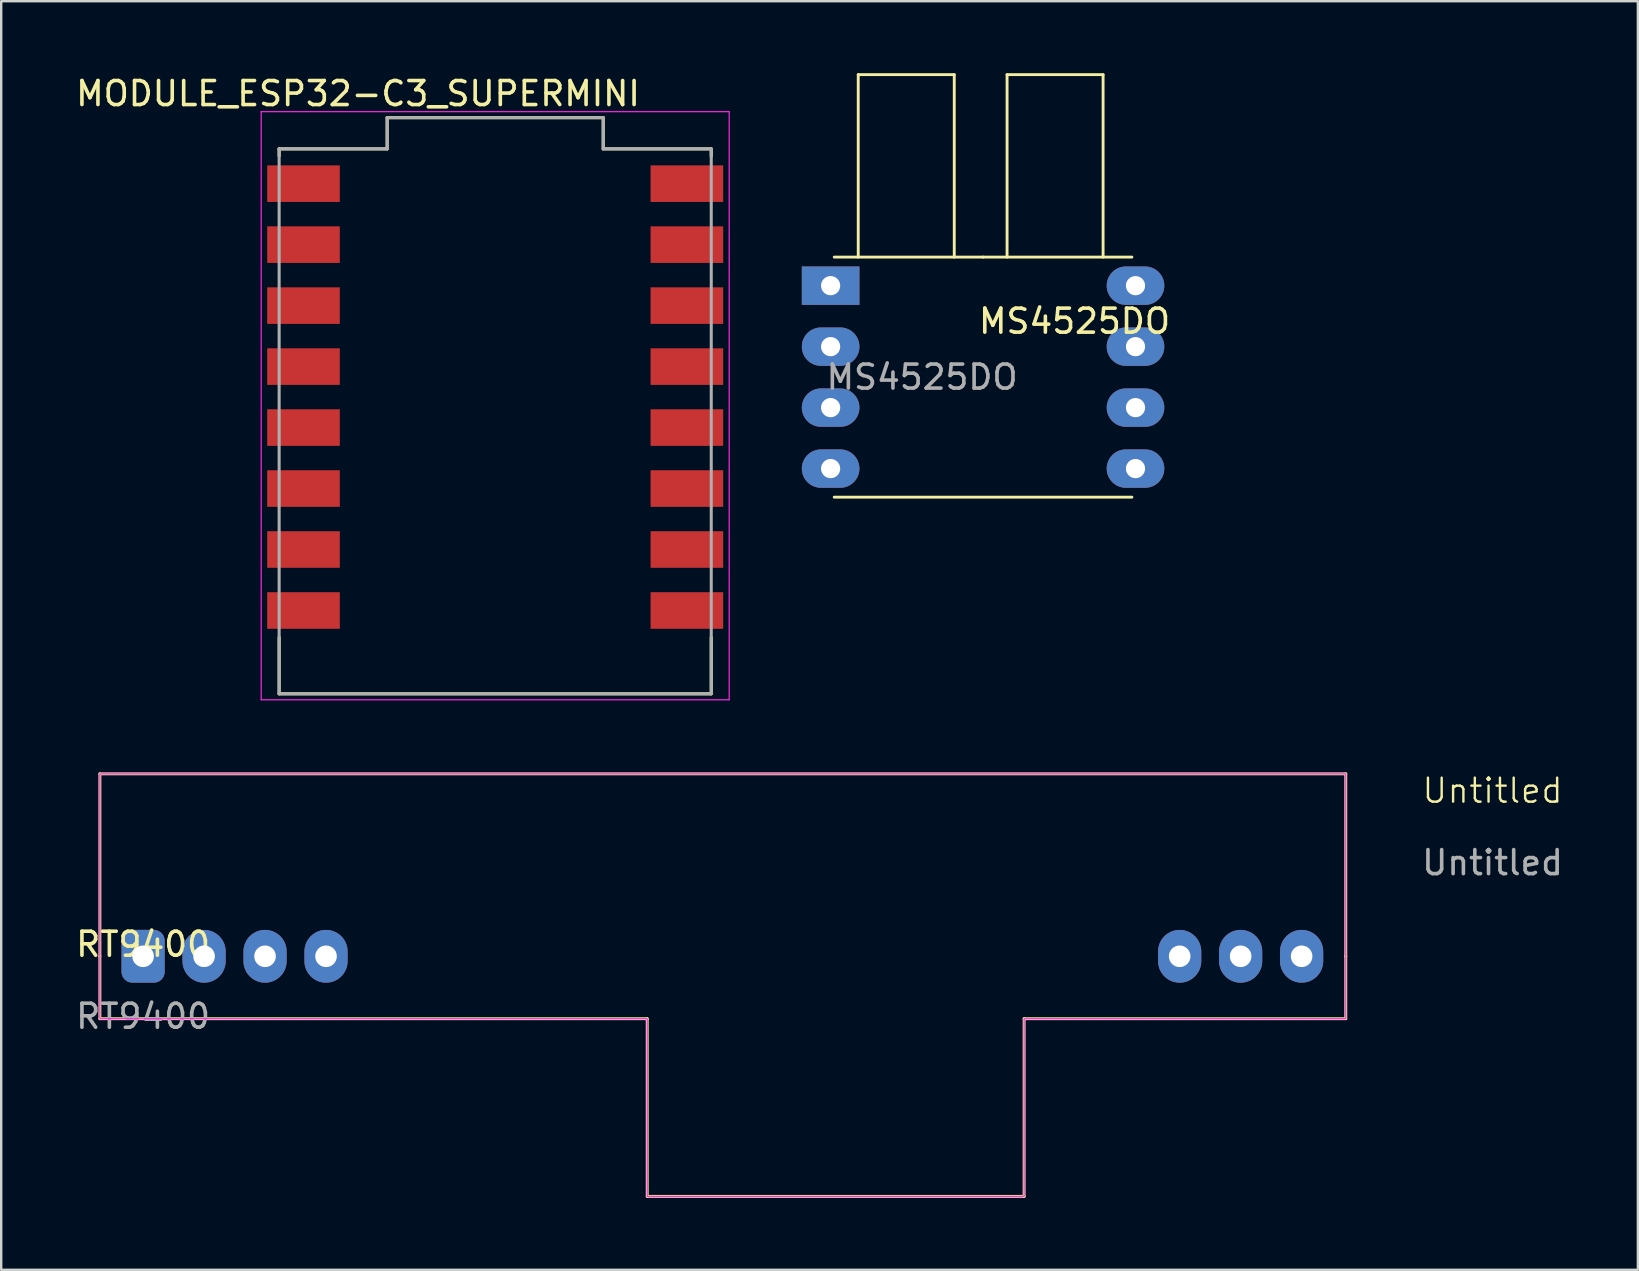
<source format=kicad_pcb>
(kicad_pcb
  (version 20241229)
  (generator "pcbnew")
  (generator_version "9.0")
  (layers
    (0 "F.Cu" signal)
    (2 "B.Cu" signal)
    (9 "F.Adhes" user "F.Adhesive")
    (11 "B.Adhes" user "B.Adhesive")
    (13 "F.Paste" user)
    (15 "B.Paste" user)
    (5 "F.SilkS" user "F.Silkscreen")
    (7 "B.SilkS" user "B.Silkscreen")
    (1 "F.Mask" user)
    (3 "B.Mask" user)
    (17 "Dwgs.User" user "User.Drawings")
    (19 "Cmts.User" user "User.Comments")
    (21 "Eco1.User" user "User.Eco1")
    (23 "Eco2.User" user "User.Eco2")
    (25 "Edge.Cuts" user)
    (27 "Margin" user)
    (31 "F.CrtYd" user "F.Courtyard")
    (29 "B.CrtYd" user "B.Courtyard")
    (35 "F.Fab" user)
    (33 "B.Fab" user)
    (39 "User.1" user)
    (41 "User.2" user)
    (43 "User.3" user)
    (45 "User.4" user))
  (footprint "MODULE_ESP32-C3_SUPERMINI"
    (layer "F.Cu")
    (at 17.578 14.501)
    (property "Reference" "MODULE_ESP32-C3_SUPERMINI" (at -5.715 -13.652 0) (layer "F.SilkS") (effects (font (size 1 1) (thickness 0.15))))
    (attr smd)
    (fp_line (start -9 -11.05) (end -9 -11.35) (stroke (width 0.127) (type solid)) (layer "F.SilkS"))
    (fp_line (start -9 11.35) (end -9 9) (stroke (width 0.127) (type solid)) (layer "F.SilkS"))
    (fp_line (start -4.5 -12.65) (end -4.5 -11.35) (stroke (width 0.127) (type solid)) (layer "F.SilkS"))
    (fp_line (start -4.5 -11.35) (end -9 -11.35) (stroke (width 0.127) (type solid)) (layer "F.SilkS"))
    (fp_line (start 4.5 -12.65) (end -4.5 -12.65) (stroke (width 0.127) (type solid)) (layer "F.SilkS"))
    (fp_line (start 4.5 -12.65) (end 4.5 -11.35) (stroke (width 0.127) (type solid)) (layer "F.SilkS"))
    (fp_line (start 9 -11.35) (end 4.5 -11.35) (stroke (width 0.127) (type solid)) (layer "F.SilkS"))
    (fp_line (start 9 -11.05) (end 9 -11.35) (stroke (width 0.127) (type solid)) (layer "F.SilkS"))
    (fp_line (start 9 11.35) (end -9 11.35) (stroke (width 0.127) (type solid)) (layer "F.SilkS"))
    (fp_line (start 9 11.35) (end 9 9) (stroke (width 0.127) (type solid)) (layer "F.SilkS"))
    (fp_line (start -9.748 -12.9) (end 9.748 -12.9) (stroke (width 0.05) (type solid)) (layer "F.CrtYd"))
    (fp_line (start -9.748 11.6) (end -9.748 -12.9) (stroke (width 0.05) (type solid)) (layer "F.CrtYd"))
    (fp_line (start 9.748 -12.9) (end 9.748 11.6) (stroke (width 0.05) (type solid)) (layer "F.CrtYd"))
    (fp_line (start 9.748 11.6) (end -9.748 11.6) (stroke (width 0.05) (type solid)) (layer "F.CrtYd"))
    (fp_line (start -9 11.35) (end -9 -11.35) (stroke (width 0.127) (type solid)) (layer "F.Fab"))
    (fp_line (start -4.5 -12.65) (end -4.5 -11.35) (stroke (width 0.127) (type solid)) (layer "F.Fab"))
    (fp_line (start -4.5 -11.35) (end -9 -11.35) (stroke (width 0.127) (type solid)) (layer "F.Fab"))
    (fp_line (start 4.5 -12.65) (end -4.5 -12.65) (stroke (width 0.127) (type solid)) (layer "F.Fab"))
    (fp_line (start 4.5 -12.65) (end 4.5 -11.35) (stroke (width 0.127) (type solid)) (layer "F.Fab"))
    (fp_line (start 9 -11.35) (end 4.5 -11.35) (stroke (width 0.127) (type solid)) (layer "F.Fab"))
    (fp_line (start 9 11.35) (end -9 11.35) (stroke (width 0.127) (type solid)) (layer "F.Fab"))
    (fp_line (start 9 11.35) (end 9 -11.35) (stroke (width 0.127) (type solid)) (layer "F.Fab"))
    (pad "0" smd rect (at 7.985 7.88) (size 3.025 1.524) (layers "F.Cu" "F.Mask" "F.Paste"))
    (pad "1" smd rect (at 7.985 5.34) (size 3.025 1.524) (layers "F.Cu" "F.Mask" "F.Paste"))
    (pad "2" smd rect (at 7.985 2.8) (size 3.025 1.524) (layers "F.Cu" "F.Mask" "F.Paste"))
    (pad "3" smd rect (at 7.985 0.26) (size 3.025 1.524) (layers "F.Cu" "F.Mask" "F.Paste"))
    (pad "3.3" smd rect (at 7.985 -4.82) (size 3.025 1.524) (layers "F.Cu" "F.Mask" "F.Paste"))
    (pad "4" smd rect (at 7.985 -2.28) (size 3.025 1.524) (layers "F.Cu" "F.Mask" "F.Paste"))
    (pad "5" smd rect (at -7.985 -9.9) (size 3.025 1.524) (layers "F.Cu" "F.Mask" "F.Paste"))
    (pad "5V" smd rect (at 7.985 -9.9) (size 3.025 1.524) (layers "F.Cu" "F.Mask" "F.Paste"))
    (pad "6" smd rect (at -7.985 -7.36) (size 3.025 1.524) (layers "F.Cu" "F.Mask" "F.Paste"))
    (pad "7" smd rect (at -7.985 -4.82) (size 3.025 1.524) (layers "F.Cu" "F.Mask" "F.Paste"))
    (pad "8" smd rect (at -7.985 -2.28) (size 3.025 1.524) (layers "F.Cu" "F.Mask" "F.Paste"))
    (pad "9" smd rect (at -7.985 0.26) (size 3.025 1.524) (layers "F.Cu" "F.Mask" "F.Paste"))
    (pad "10" smd rect (at -7.985 2.8) (size 3.025 1.524) (layers "F.Cu" "F.Mask" "F.Paste"))
    (pad "20" smd rect (at -7.985 5.34) (size 3.025 1.524) (layers "F.Cu" "F.Mask" "F.Paste"))
    (pad "21" smd rect (at -7.985 7.88) (size 3.025 1.524) (layers "F.Cu" "F.Mask" "F.Paste"))
    (pad "G" smd rect (at 7.985 -7.36) (size 3.025 1.524) (layers "F.Cu" "F.Mask" "F.Paste")))
  (footprint "Untitled"
    (layer "F.Cu")
    (at 59.124 30.386)
    (property "Reference" "Untitled" (at 0 -0.5 0) (unlocked yes) (layer "F.SilkS") (effects (font (size 1 1) (thickness 0.1))))
    (attr through_hole)
    (fp_text user "${REFERENCE}" (at 0 2.5 0) (unlocked yes) (layer "F.Fab") (effects (font (size 1 1) (thickness 0.15)))))
  (footprint "MS4525DO"
    (layer "F.Cu")
    (at 37.901 12.66)
    (property "Reference" "MS4525DO" (at 3.81 -2.33 0) (layer "F.SilkS") (effects (font (size 1 1) (thickness 0.15))))
    (attr through_hole)
    (fp_line (start -6.2 5) (end 6.2 5) (stroke (width 0.12) (type solid)) (layer "F.SilkS"))
    (fp_line (start -5.2 -12.6) (end -1.2 -12.6) (stroke (width 0.12) (type solid)) (layer "F.SilkS"))
    (fp_line (start -5.2 -5) (end -5.2 -12.6) (stroke (width 0.12) (type solid)) (layer "F.SilkS"))
    (fp_line (start -1.2 -12.6) (end -1.2 -5) (stroke (width 0.12) (type solid)) (layer "F.SilkS"))
    (fp_line (start 0 -5) (end -6.2 -5) (stroke (width 0.12) (type solid)) (layer "F.SilkS"))
    (fp_line (start 0 -5) (end 6.2 -5) (stroke (width 0.12) (type solid)) (layer "F.SilkS"))
    (fp_line (start 1 -12.6) (end 5 -12.6) (stroke (width 0.12) (type solid)) (layer "F.SilkS"))
    (fp_line (start 1 -5) (end 1 -12.6) (stroke (width 0.12) (type solid)) (layer "F.SilkS"))
    (fp_line (start 5 -12.6) (end 5 -5) (stroke (width 0.12) (type solid)) (layer "F.SilkS"))
    (fp_text user "${REFERENCE}" (at -2.54 0 0) (layer "F.Fab") (effects (font (size 1 1) (thickness 0.15))))
    (pad "1" thru_hole rect (at -6.35 -3.81) (size 2.4 1.6) (drill 0.8) (layers "*.Cu" "*.Mask"))
    (pad "2" thru_hole oval (at -6.35 -1.27) (size 2.4 1.6) (drill 0.8) (layers "*.Cu" "*.Mask"))
    (pad "3" thru_hole oval (at -6.35 1.27) (size 2.4 1.6) (drill 0.8) (layers "*.Cu" "*.Mask"))
    (pad "4" thru_hole oval (at -6.35 3.81) (size 2.4 1.6) (drill 0.8) (layers "*.Cu" "*.Mask"))
    (pad "5" thru_hole oval (at 6.35 3.81) (size 2.4 1.6) (drill 0.8) (layers "*.Cu" "*.Mask"))
    (pad "6" thru_hole oval (at 6.35 1.27) (size 2.4 1.6) (drill 0.8) (layers "*.Cu" "*.Mask"))
    (pad "7" thru_hole oval (at 6.35 -1.27) (size 2.4 1.6) (drill 0.8) (layers "*.Cu" "*.Mask"))
    (pad "8" thru_hole oval (at 6.35 -3.81) (size 2.4 1.6) (drill 0.8) (layers "*.Cu" "*.Mask")))
  (footprint "RT9400"
    (layer "F.Cu")
    (at 2.911 36.786)
    (property "Reference" "RT9400" (at 0 -0.5 0) (unlocked yes) (layer "F.SilkS") (effects (font (size 1 1) (thickness 0.15))))
    (attr through_hole)
    (fp_line (start -1.8 -7.6) (end 50.1 -7.6) (stroke (width 0.12) (type solid)) (layer "F.SilkS"))
    (fp_line (start -1.8 0) (end -1.8 -7.6) (stroke (width 0.12) (type solid)) (layer "F.SilkS"))
    (fp_line (start -1.8 0) (end -1.8 2.6) (stroke (width 0.12) (type solid)) (layer "F.SilkS"))
    (fp_line (start -1.8 2.6) (end 21 2.6) (stroke (width 0.12) (type solid)) (layer "F.SilkS"))
    (fp_line (start 21 2.6) (end 21 10) (stroke (width 0.12) (type solid)) (layer "F.SilkS"))
    (fp_line (start 36.7 2.6) (end 36.7 10) (stroke (width 0.12) (type solid)) (layer "F.SilkS"))
    (fp_line (start 36.7 10) (end 21 10) (stroke (width 0.12) (type solid)) (layer "F.SilkS"))
    (fp_line (start 50.1 -7.6) (end 50.1 0) (stroke (width 0.12) (type solid)) (layer "F.SilkS"))
    (fp_line (start 50.1 0) (end 50.1 2.6) (stroke (width 0.12) (type solid)) (layer "F.SilkS"))
    (fp_line (start 50.1 2.6) (end 36.7 2.6) (stroke (width 0.12) (type solid)) (layer "F.SilkS"))
    (fp_poly (pts (xy 50.1 2.6) (xy 36.7 2.6) (xy 36.7 10) (xy 21 10) (xy 21 2.6) (xy -1.8 2.6) (xy -1.8 -7.6) (xy 50.1 -7.6)) (stroke (width 0.05) (type solid)) (fill no) (layer "F.CrtYd"))
    (fp_text user "${REFERENCE}" (at 0 2.5 0) (unlocked yes) (layer "F.Fab") (effects (font (size 1 1) (thickness 0.15))))
    (pad "1" thru_hole roundrect (at 0 0) (size 1.8 2.2) (drill 0.9) (layers "*.Cu" "*.Mask") (roundrect_rratio 0.25))
    (pad "2" thru_hole oval (at 2.54 0) (size 1.8 2.2) (drill 0.9) (layers "*.Cu" "*.Mask"))
    (pad "3" thru_hole oval (at 5.08 0) (size 1.8 2.2) (drill 0.9) (layers "*.Cu" "*.Mask"))
    (pad "4" thru_hole oval (at 7.62 0) (size 1.8 2.2) (drill 0.9) (layers "*.Cu" "*.Mask"))
    (pad "5" thru_hole oval (at 43.18 0) (size 1.8 2.2) (drill 0.9) (layers "*.Cu" "*.Mask"))
    (pad "6" thru_hole oval (at 45.72 0) (size 1.8 2.2) (drill 0.9) (layers "*.Cu" "*.Mask"))
    (pad "7" thru_hole oval (at 48.26 0) (size 1.8 2.2) (drill 0.9) (layers "*.Cu" "*.Mask")))
  (gr_rect
    (start -3 -3)
    (end 65.178 49.846)
    (stroke (width 0.1) (type default))
    (fill no)
    (layer "Edge.Cuts")))
</source>
